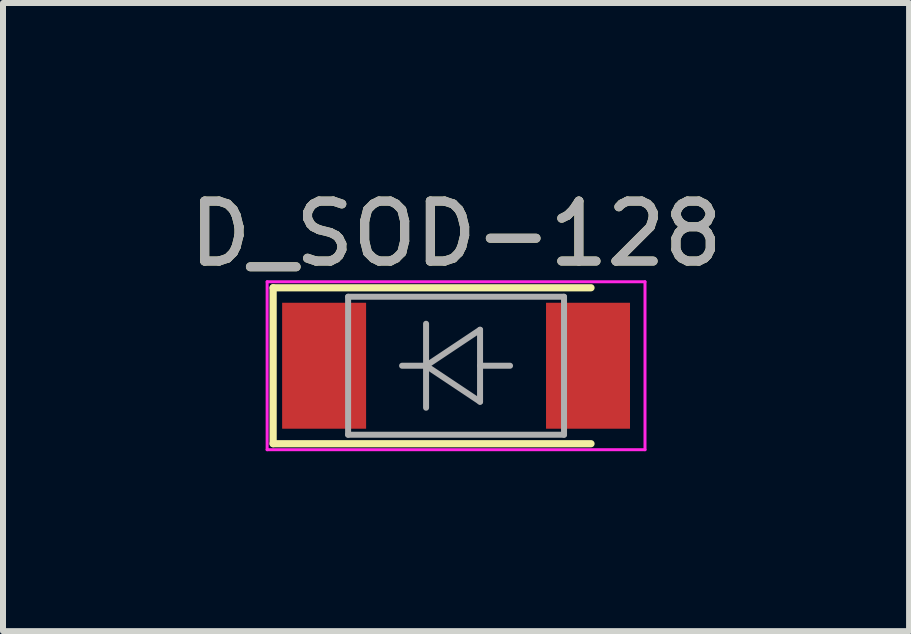
<source format=kicad_pcb>
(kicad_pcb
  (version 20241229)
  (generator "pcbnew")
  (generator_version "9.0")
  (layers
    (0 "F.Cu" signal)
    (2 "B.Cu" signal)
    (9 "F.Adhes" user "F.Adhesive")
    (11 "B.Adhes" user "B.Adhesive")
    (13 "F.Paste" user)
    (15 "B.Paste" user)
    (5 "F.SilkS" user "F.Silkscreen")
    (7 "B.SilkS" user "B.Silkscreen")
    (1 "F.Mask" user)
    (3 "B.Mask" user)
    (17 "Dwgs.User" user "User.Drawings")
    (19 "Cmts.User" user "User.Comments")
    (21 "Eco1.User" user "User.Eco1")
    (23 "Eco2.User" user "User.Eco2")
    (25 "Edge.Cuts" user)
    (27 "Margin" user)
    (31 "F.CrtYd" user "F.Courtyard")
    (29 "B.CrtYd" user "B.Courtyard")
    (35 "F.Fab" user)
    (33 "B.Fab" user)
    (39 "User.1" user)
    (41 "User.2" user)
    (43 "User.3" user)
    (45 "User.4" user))
  (footprint "D_SOD-128"
    (layer "F.Cu")
    (at 4.554 3.048)
    (property "Reference" "D_SOD-128" (at 0 -2.2 0) (layer "F.SilkS") (effects (font (size 1 1) (thickness 0.15))))
    (attr smd)
    (fp_line (start -3.05 -1.3) (end -3.05 1.3) (stroke (width 0.12) (type solid)) (layer "F.SilkS"))
    (fp_line (start -3.05 -1.3) (end 2.25 -1.3) (stroke (width 0.12) (type solid)) (layer "F.SilkS"))
    (fp_line (start -3.05 1.3) (end 2.25 1.3) (stroke (width 0.12) (type solid)) (layer "F.SilkS"))
    (fp_line (start -3.15 -1.4) (end -3.15 1.4) (stroke (width 0.05) (type solid)) (layer "F.CrtYd"))
    (fp_line (start -3.15 -1.4) (end 3.15 -1.4) (stroke (width 0.05) (type solid)) (layer "F.CrtYd"))
    (fp_line (start 3.15 -1.4) (end 3.15 1.4) (stroke (width 0.05) (type solid)) (layer "F.CrtYd"))
    (fp_line (start 3.15 1.4) (end -3.15 1.4) (stroke (width 0.05) (type solid)) (layer "F.CrtYd"))
    (fp_line (start -1.8 -1.15) (end 1.8 -1.15) (stroke (width 0.1) (type solid)) (layer "F.Fab"))
    (fp_line (start -1.8 1.15) (end -1.8 -1.15) (stroke (width 0.1) (type solid)) (layer "F.Fab"))
    (fp_line (start -0.9 0) (end -0.5 0) (stroke (width 0.1) (type solid)) (layer "F.Fab"))
    (fp_line (start -0.5 0) (end -0.5 -0.7) (stroke (width 0.1) (type solid)) (layer "F.Fab"))
    (fp_line (start -0.5 0) (end -0.5 0.7) (stroke (width 0.1) (type solid)) (layer "F.Fab"))
    (fp_line (start -0.5 0) (end 0.4 -0.6) (stroke (width 0.1) (type solid)) (layer "F.Fab"))
    (fp_line (start 0.4 -0.6) (end 0.4 0.6) (stroke (width 0.1) (type solid)) (layer "F.Fab"))
    (fp_line (start 0.4 0) (end 0.9 0) (stroke (width 0.1) (type solid)) (layer "F.Fab"))
    (fp_line (start 0.4 0.6) (end -0.5 0) (stroke (width 0.1) (type solid)) (layer "F.Fab"))
    (fp_line (start 1.8 -1.15) (end 1.8 1.15) (stroke (width 0.1) (type solid)) (layer "F.Fab"))
    (fp_line (start 1.8 1.15) (end -1.8 1.15) (stroke (width 0.1) (type solid)) (layer "F.Fab"))
    (fp_text user "${REFERENCE}" (at 0 -2.2 0) (layer "F.Fab") (effects (font (size 1 1) (thickness 0.15))))
    (pad "1" smd rect (at -2.2 0) (size 1.4 2.1) (layers "F.Cu" "F.Mask" "F.Paste"))
    (pad "2" smd rect (at 2.2 0) (size 1.4 2.1) (layers "F.Cu" "F.Mask" "F.Paste")))
  (gr_rect
    (start -3 -3)
    (end 12.107 7.473)
    (stroke (width 0.1) (type default))
    (fill no)
    (layer "Edge.Cuts")))
</source>
